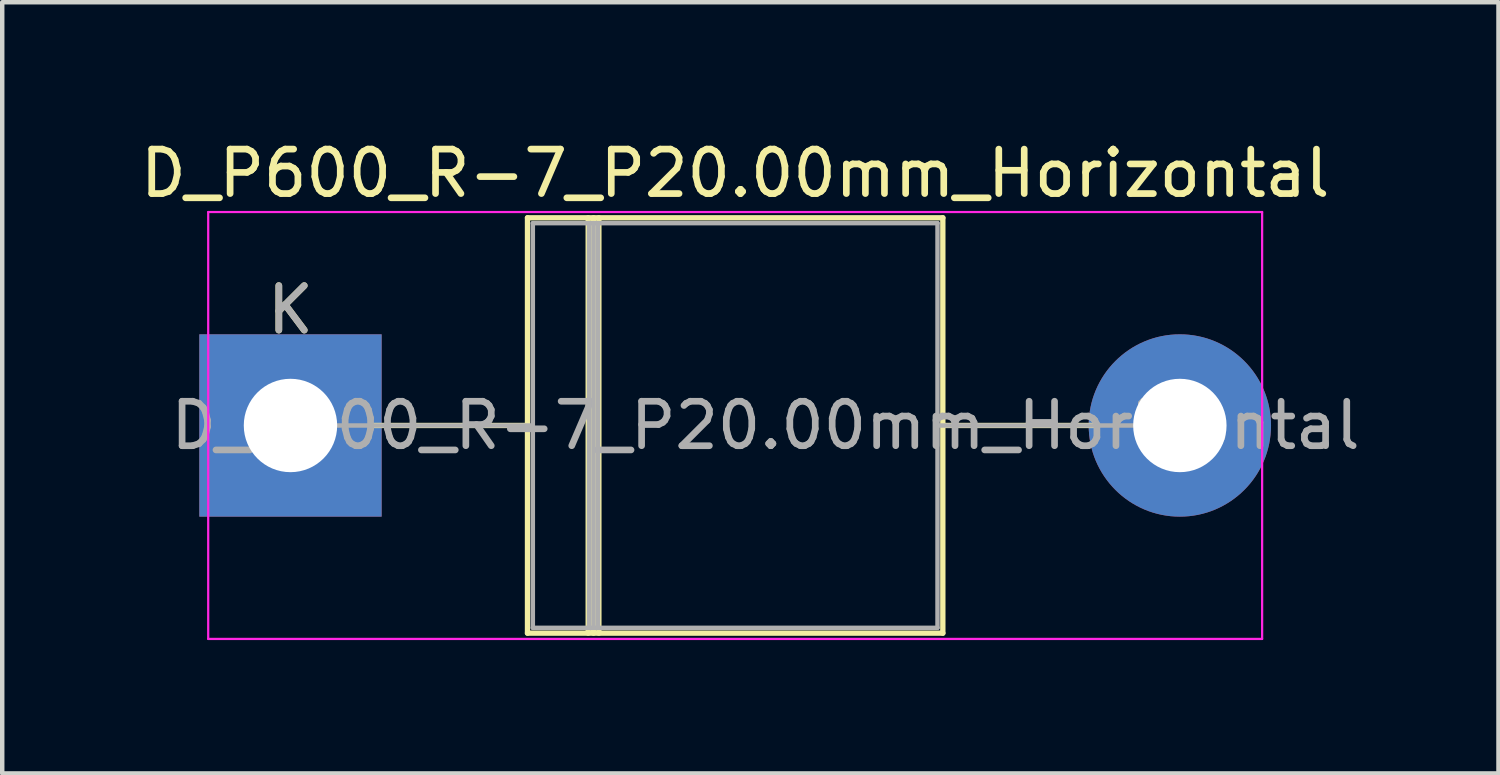
<source format=kicad_pcb>
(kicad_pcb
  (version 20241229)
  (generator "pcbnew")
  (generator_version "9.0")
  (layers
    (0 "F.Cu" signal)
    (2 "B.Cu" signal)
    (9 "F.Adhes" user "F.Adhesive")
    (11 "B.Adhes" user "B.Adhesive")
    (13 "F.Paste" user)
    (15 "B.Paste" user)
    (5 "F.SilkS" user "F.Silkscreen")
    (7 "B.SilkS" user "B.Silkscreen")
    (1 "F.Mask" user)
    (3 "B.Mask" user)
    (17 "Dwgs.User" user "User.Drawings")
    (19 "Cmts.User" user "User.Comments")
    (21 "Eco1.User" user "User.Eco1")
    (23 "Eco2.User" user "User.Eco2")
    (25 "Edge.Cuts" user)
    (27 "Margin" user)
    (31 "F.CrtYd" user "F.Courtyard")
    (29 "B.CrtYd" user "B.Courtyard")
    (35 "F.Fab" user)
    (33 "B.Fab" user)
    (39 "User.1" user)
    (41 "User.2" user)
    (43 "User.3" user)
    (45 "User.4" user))
  (footprint "D_P600_R-7_P20.00mm_Horizontal"
    (layer "F.Cu")
    (at 3.482 6.518)
    (property "Reference" "D_P600_R-7_P20.00mm_Horizontal" (at 10 -5.67 0) (layer "F.SilkS") (effects (font (size 1 1) (thickness 0.15))))
    (attr through_hole)
    (fp_line (start 1.84 0) (end 5.33 0) (stroke (width 0.12) (type solid)) (layer "F.SilkS"))
    (fp_line (start 5.33 -4.67) (end 5.33 4.67) (stroke (width 0.12) (type solid)) (layer "F.SilkS"))
    (fp_line (start 5.33 4.67) (end 14.67 4.67) (stroke (width 0.12) (type solid)) (layer "F.SilkS"))
    (fp_line (start 6.695 -4.67) (end 6.695 4.67) (stroke (width 0.12) (type solid)) (layer "F.SilkS"))
    (fp_line (start 6.815 -4.67) (end 6.815 4.67) (stroke (width 0.12) (type solid)) (layer "F.SilkS"))
    (fp_line (start 6.935 -4.67) (end 6.935 4.67) (stroke (width 0.12) (type solid)) (layer "F.SilkS"))
    (fp_line (start 14.67 -4.67) (end 5.33 -4.67) (stroke (width 0.12) (type solid)) (layer "F.SilkS"))
    (fp_line (start 14.67 4.67) (end 14.67 -4.67) (stroke (width 0.12) (type solid)) (layer "F.SilkS"))
    (fp_line (start 18.16 0) (end 14.67 0) (stroke (width 0.12) (type solid)) (layer "F.SilkS"))
    (fp_line (start -1.85 -4.8) (end -1.85 4.8) (stroke (width 0.05) (type solid)) (layer "F.CrtYd"))
    (fp_line (start -1.85 4.8) (end 21.85 4.8) (stroke (width 0.05) (type solid)) (layer "F.CrtYd"))
    (fp_line (start 21.85 -4.8) (end -1.85 -4.8) (stroke (width 0.05) (type solid)) (layer "F.CrtYd"))
    (fp_line (start 21.85 4.8) (end 21.85 -4.8) (stroke (width 0.05) (type solid)) (layer "F.CrtYd"))
    (fp_line (start 0 0) (end 5.45 0) (stroke (width 0.1) (type solid)) (layer "F.Fab"))
    (fp_line (start 5.45 -4.55) (end 5.45 4.55) (stroke (width 0.1) (type solid)) (layer "F.Fab"))
    (fp_line (start 5.45 4.55) (end 14.55 4.55) (stroke (width 0.1) (type solid)) (layer "F.Fab"))
    (fp_line (start 6.715 -4.55) (end 6.715 4.55) (stroke (width 0.1) (type solid)) (layer "F.Fab"))
    (fp_line (start 6.815 -4.55) (end 6.815 4.55) (stroke (width 0.1) (type solid)) (layer "F.Fab"))
    (fp_line (start 6.915 -4.55) (end 6.915 4.55) (stroke (width 0.1) (type solid)) (layer "F.Fab"))
    (fp_line (start 14.55 -4.55) (end 5.45 -4.55) (stroke (width 0.1) (type solid)) (layer "F.Fab"))
    (fp_line (start 14.55 4.55) (end 14.55 -4.55) (stroke (width 0.1) (type solid)) (layer "F.Fab"))
    (fp_line (start 20 0) (end 14.55 0) (stroke (width 0.1) (type solid)) (layer "F.Fab"))
    (fp_text user "K" (at 0 -2.6 0) (layer "F.SilkS") (effects (font (size 1 1) (thickness 0.15))))
    (fp_text user "${REFERENCE}" (at 10.682 0 0) (layer "F.Fab") (effects (font (size 1 1) (thickness 0.15))))
    (fp_text user "K" (at 0 -2.6 0) (layer "F.Fab") (effects (font (size 1 1) (thickness 0.15))))
    (pad "1" thru_hole rect (at 0 0) (size 4.1 4.1) (drill 2.1) (layers "*.Cu" "*.Mask"))
    (pad "2" thru_hole oval (at 20 0) (size 4.1 4.1) (drill 2.1) (layers "*.Cu" "*.Mask")))
  (gr_rect
    (start -3 -3)
    (end 30.647 14.343)
    (stroke (width 0.1) (type default))
    (fill no)
    (layer "Edge.Cuts")))
</source>
